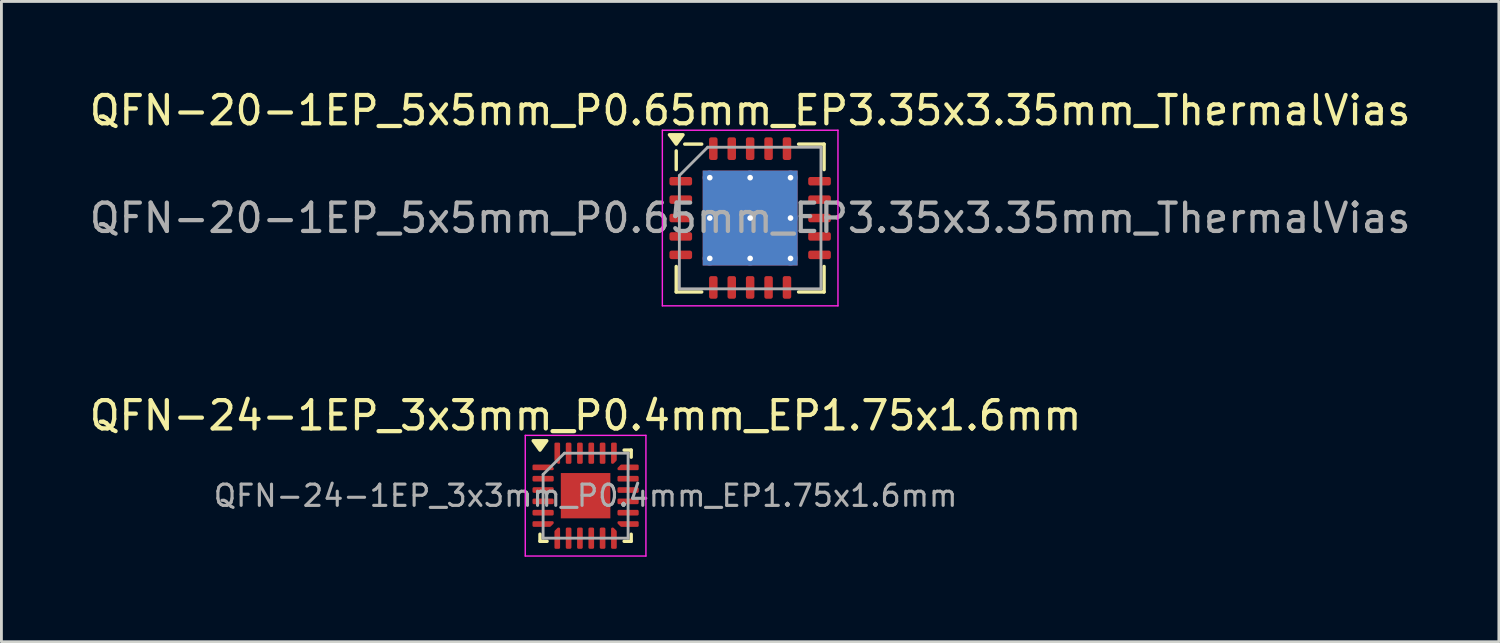
<source format=kicad_pcb>
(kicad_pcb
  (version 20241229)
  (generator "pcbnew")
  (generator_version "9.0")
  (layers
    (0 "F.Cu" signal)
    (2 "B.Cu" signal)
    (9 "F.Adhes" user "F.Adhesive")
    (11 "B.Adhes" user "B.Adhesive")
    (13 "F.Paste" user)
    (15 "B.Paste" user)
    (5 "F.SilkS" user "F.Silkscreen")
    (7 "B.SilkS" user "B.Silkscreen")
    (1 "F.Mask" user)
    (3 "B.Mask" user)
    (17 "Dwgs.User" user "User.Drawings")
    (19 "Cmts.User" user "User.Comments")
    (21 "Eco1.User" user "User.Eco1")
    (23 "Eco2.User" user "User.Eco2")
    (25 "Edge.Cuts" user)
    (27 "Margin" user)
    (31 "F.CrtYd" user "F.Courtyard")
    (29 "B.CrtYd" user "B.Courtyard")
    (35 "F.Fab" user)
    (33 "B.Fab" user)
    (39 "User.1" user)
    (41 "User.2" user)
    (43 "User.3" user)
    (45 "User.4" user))
  (footprint "QFN-24-1EP_3x3mm_P0.4mm_EP1.75x1.6mm"
    (layer "F.Cu")
    (at 17.625 14.451)
    (property "Reference" "QFN-24-1EP_3x3mm_P0.4mm_EP1.75x1.6mm" (at 0 -2.83 0) (layer "F.SilkS") (effects (font (size 1 1) (thickness 0.15))))
    (attr smd)
    (fp_line (start -1.61 1.61) (end -1.61 1.36) (stroke (width 0.12) (type solid)) (layer "F.SilkS"))
    (fp_line (start -1.36 1.61) (end -1.61 1.61) (stroke (width 0.12) (type solid)) (layer "F.SilkS"))
    (fp_line (start 1.36 -1.61) (end 1.61 -1.61) (stroke (width 0.12) (type solid)) (layer "F.SilkS"))
    (fp_line (start 1.36 1.61) (end 1.61 1.61) (stroke (width 0.12) (type solid)) (layer "F.SilkS"))
    (fp_line (start 1.61 -1.61) (end 1.61 -1.36) (stroke (width 0.12) (type solid)) (layer "F.SilkS"))
    (fp_line (start 1.61 1.61) (end 1.61 1.36) (stroke (width 0.12) (type solid)) (layer "F.SilkS"))
    (fp_poly (pts (xy -1.61 -1.61) (xy -1.85 -1.94) (xy -1.37 -1.94) (xy -1.61 -1.61)) (stroke (width 0.12) (type solid)) (fill yes) (layer "F.SilkS"))
    (fp_line (start -2.13 -2.13) (end -2.13 2.13) (stroke (width 0.05) (type solid)) (layer "F.CrtYd"))
    (fp_line (start -2.13 2.13) (end 2.13 2.13) (stroke (width 0.05) (type solid)) (layer "F.CrtYd"))
    (fp_line (start 2.13 -2.13) (end -2.13 -2.13) (stroke (width 0.05) (type solid)) (layer "F.CrtYd"))
    (fp_line (start 2.13 2.13) (end 2.13 -2.13) (stroke (width 0.05) (type solid)) (layer "F.CrtYd"))
    (fp_line (start -1.5 -0.75) (end -0.75 -1.5) (stroke (width 0.1) (type solid)) (layer "F.Fab"))
    (fp_line (start -1.5 1.5) (end -1.5 -0.75) (stroke (width 0.1) (type solid)) (layer "F.Fab"))
    (fp_line (start -0.75 -1.5) (end 1.5 -1.5) (stroke (width 0.1) (type solid)) (layer "F.Fab"))
    (fp_line (start 1.5 -1.5) (end 1.5 1.5) (stroke (width 0.1) (type solid)) (layer "F.Fab"))
    (fp_line (start 1.5 1.5) (end -1.5 1.5) (stroke (width 0.1) (type solid)) (layer "F.Fab"))
    (fp_text user "${REFERENCE}" (at 0 0 0) (layer "F.Fab") (effects (font (size 0.75 0.75) (thickness 0.11))))
    (pad "" smd roundrect (at -0.44 -0.4) (size 0.71 0.64) (layers "F.Paste") (roundrect_rratio 0.25))
    (pad "" smd roundrect (at -0.44 0.4) (size 0.71 0.64) (layers "F.Paste") (roundrect_rratio 0.25))
    (pad "" smd roundrect (at 0.44 -0.4) (size 0.71 0.64) (layers "F.Paste") (roundrect_rratio 0.25))
    (pad "" smd roundrect (at 0.44 0.4) (size 0.71 0.64) (layers "F.Paste") (roundrect_rratio 0.25))
    (pad "1" smd custom (at -1.5 -1) (size 0.115 0.115) (layers "F.Cu" "F.Mask" "F.Paste") (options (anchor circle)) (primitives (gr_poly (pts (xy -0.335 -0.06) (xy 0.238 -0.06) (xy 0.335 0.037) (xy 0.335 0.06) (xy -0.335 0.06)) (width 0.08) (fill yes))))
    (pad "2" smd roundrect (at -1.5 -0.6) (size 0.75 0.2) (layers "F.Cu" "F.Mask" "F.Paste") (roundrect_rratio 0.25))
    (pad "3" smd roundrect (at -1.5 -0.2) (size 0.75 0.2) (layers "F.Cu" "F.Mask" "F.Paste") (roundrect_rratio 0.25))
    (pad "4" smd roundrect (at -1.5 0.2) (size 0.75 0.2) (layers "F.Cu" "F.Mask" "F.Paste") (roundrect_rratio 0.25))
    (pad "5" smd roundrect (at -1.5 0.6) (size 0.75 0.2) (layers "F.Cu" "F.Mask" "F.Paste") (roundrect_rratio 0.25))
    (pad "6" smd custom (at -1.5 1) (size 0.115 0.115) (layers "F.Cu" "F.Mask" "F.Paste") (options (anchor circle)) (primitives (gr_poly (pts (xy -0.335 -0.06) (xy 0.335 -0.06) (xy 0.335 -0.037) (xy 0.238 0.06) (xy -0.335 0.06)) (width 0.08) (fill yes))))
    (pad "7" smd custom (at -1 1.5) (size 0.115 0.115) (layers "F.Cu" "F.Mask" "F.Paste") (options (anchor circle)) (primitives (gr_poly (pts (xy -0.06 -0.238) (xy 0.037 -0.335) (xy 0.06 -0.335) (xy 0.06 0.335) (xy -0.06 0.335)) (width 0.08) (fill yes))))
    (pad "8" smd roundrect (at -0.6 1.5) (size 0.2 0.75) (layers "F.Cu" "F.Mask" "F.Paste") (roundrect_rratio 0.25))
    (pad "9" smd roundrect (at -0.2 1.5) (size 0.2 0.75) (layers "F.Cu" "F.Mask" "F.Paste") (roundrect_rratio 0.25))
    (pad "10" smd roundrect (at 0.2 1.5) (size 0.2 0.75) (layers "F.Cu" "F.Mask" "F.Paste") (roundrect_rratio 0.25))
    (pad "11" smd roundrect (at 0.6 1.5) (size 0.2 0.75) (layers "F.Cu" "F.Mask" "F.Paste") (roundrect_rratio 0.25))
    (pad "12" smd custom (at 1 1.5) (size 0.115 0.115) (layers "F.Cu" "F.Mask" "F.Paste") (options (anchor circle)) (primitives (gr_poly (pts (xy -0.06 -0.335) (xy -0.037 -0.335) (xy 0.06 -0.238) (xy 0.06 0.335) (xy -0.06 0.335)) (width 0.08) (fill yes))))
    (pad "13" smd custom (at 1.5 1) (size 0.115 0.115) (layers "F.Cu" "F.Mask" "F.Paste") (options (anchor circle)) (primitives (gr_poly (pts (xy -0.335 -0.06) (xy 0.335 -0.06) (xy 0.335 0.06) (xy -0.238 0.06) (xy -0.335 -0.037)) (width 0.08) (fill yes))))
    (pad "14" smd roundrect (at 1.5 0.6) (size 0.75 0.2) (layers "F.Cu" "F.Mask" "F.Paste") (roundrect_rratio 0.25))
    (pad "15" smd roundrect (at 1.5 0.2) (size 0.75 0.2) (layers "F.Cu" "F.Mask" "F.Paste") (roundrect_rratio 0.25))
    (pad "16" smd roundrect (at 1.5 -0.2) (size 0.75 0.2) (layers "F.Cu" "F.Mask" "F.Paste") (roundrect_rratio 0.25))
    (pad "17" smd roundrect (at 1.5 -0.6) (size 0.75 0.2) (layers "F.Cu" "F.Mask" "F.Paste") (roundrect_rratio 0.25))
    (pad "18" smd custom (at 1.5 -1) (size 0.115 0.115) (layers "F.Cu" "F.Mask" "F.Paste") (options (anchor circle)) (primitives (gr_poly (pts (xy -0.335 0.037) (xy -0.238 -0.06) (xy 0.335 -0.06) (xy 0.335 0.06) (xy -0.335 0.06)) (width 0.08) (fill yes))))
    (pad "19" smd custom (at 1 -1.5) (size 0.115 0.115) (layers "F.Cu" "F.Mask" "F.Paste") (options (anchor circle)) (primitives (gr_poly (pts (xy -0.06 -0.335) (xy 0.06 -0.335) (xy 0.06 0.238) (xy -0.037 0.335) (xy -0.06 0.335)) (width 0.08) (fill yes))))
    (pad "20" smd roundrect (at 0.6 -1.5) (size 0.2 0.75) (layers "F.Cu" "F.Mask" "F.Paste") (roundrect_rratio 0.25))
    (pad "21" smd roundrect (at 0.2 -1.5) (size 0.2 0.75) (layers "F.Cu" "F.Mask" "F.Paste") (roundrect_rratio 0.25))
    (pad "22" smd roundrect (at -0.2 -1.5) (size 0.2 0.75) (layers "F.Cu" "F.Mask" "F.Paste") (roundrect_rratio 0.25))
    (pad "23" smd roundrect (at -0.6 -1.5) (size 0.2 0.75) (layers "F.Cu" "F.Mask" "F.Paste") (roundrect_rratio 0.25))
    (pad "24" smd custom (at -1 -1.5) (size 0.115 0.115) (layers "F.Cu" "F.Mask" "F.Paste") (options (anchor circle)) (primitives (gr_poly (pts (xy -0.06 -0.335) (xy 0.06 -0.335) (xy 0.06 0.335) (xy 0.037 0.335) (xy -0.06 0.238)) (width 0.08) (fill yes))))
    (pad "25" smd rect (at 0 0) (size 1.75 1.6) (property pad_prop_heatsink) (layers "F.Cu" "F.Mask")))
  (footprint "QFN-20-1EP_5x5mm_P0.65mm_EP3.35x3.35mm_ThermalVias"
    (layer "F.Cu")
    (at 23.435 4.648)
    (property "Reference" "QFN-20-1EP_5x5mm_P0.65mm_EP3.35x3.35mm_ThermalVias" (at 0 -3.8 0) (layer "F.SilkS") (effects (font (size 1 1) (thickness 0.15))))
    (attr smd)
    (fp_line (start -2.61 -1.71) (end -2.61 -2.37) (stroke (width 0.12) (type solid)) (layer "F.SilkS"))
    (fp_line (start -2.61 2.61) (end -2.61 1.71) (stroke (width 0.12) (type solid)) (layer "F.SilkS"))
    (fp_line (start -1.71 -2.61) (end -2.31 -2.61) (stroke (width 0.12) (type solid)) (layer "F.SilkS"))
    (fp_line (start -1.71 2.61) (end -2.61 2.61) (stroke (width 0.12) (type solid)) (layer "F.SilkS"))
    (fp_line (start 1.71 -2.61) (end 2.61 -2.61) (stroke (width 0.12) (type solid)) (layer "F.SilkS"))
    (fp_line (start 1.71 2.61) (end 2.61 2.61) (stroke (width 0.12) (type solid)) (layer "F.SilkS"))
    (fp_line (start 2.61 -2.61) (end 2.61 -1.71) (stroke (width 0.12) (type solid)) (layer "F.SilkS"))
    (fp_line (start 2.61 2.61) (end 2.61 1.71) (stroke (width 0.12) (type solid)) (layer "F.SilkS"))
    (fp_poly (pts (xy -2.61 -2.61) (xy -2.85 -2.94) (xy -2.37 -2.94) (xy -2.61 -2.61)) (stroke (width 0.12) (type solid)) (fill yes) (layer "F.SilkS"))
    (fp_line (start -3.1 -3.1) (end -3.1 3.1) (stroke (width 0.05) (type solid)) (layer "F.CrtYd"))
    (fp_line (start -3.1 3.1) (end 3.1 3.1) (stroke (width 0.05) (type solid)) (layer "F.CrtYd"))
    (fp_line (start 3.1 -3.1) (end -3.1 -3.1) (stroke (width 0.05) (type solid)) (layer "F.CrtYd"))
    (fp_line (start 3.1 3.1) (end 3.1 -3.1) (stroke (width 0.05) (type solid)) (layer "F.CrtYd"))
    (fp_line (start -2.5 -1.5) (end -1.5 -2.5) (stroke (width 0.1) (type solid)) (layer "F.Fab"))
    (fp_line (start -2.5 2.5) (end -2.5 -1.5) (stroke (width 0.1) (type solid)) (layer "F.Fab"))
    (fp_line (start -1.5 -2.5) (end 2.5 -2.5) (stroke (width 0.1) (type solid)) (layer "F.Fab"))
    (fp_line (start 2.5 -2.5) (end 2.5 2.5) (stroke (width 0.1) (type solid)) (layer "F.Fab"))
    (fp_line (start 2.5 2.5) (end -2.5 2.5) (stroke (width 0.1) (type solid)) (layer "F.Fab"))
    (fp_text user "${REFERENCE}" (at 0 0 0) (layer "F.Fab") (effects (font (size 1 1) (thickness 0.15))))
    (pad "" smd roundrect (at -0.84 -0.84) (size 1.45 1.45) (layers "F.Paste") (roundrect_rratio 0.172))
    (pad "" smd roundrect (at -0.84 0.84) (size 1.45 1.45) (layers "F.Paste") (roundrect_rratio 0.172))
    (pad "" smd roundrect (at 0.84 -0.84) (size 1.45 1.45) (layers "F.Paste") (roundrect_rratio 0.172))
    (pad "" smd roundrect (at 0.84 0.84) (size 1.45 1.45) (layers "F.Paste") (roundrect_rratio 0.172))
    (pad "1" smd roundrect (at -2.45 -1.3) (size 0.8 0.3) (layers "F.Cu" "F.Mask" "F.Paste") (roundrect_rratio 0.25))
    (pad "2" smd roundrect (at -2.45 -0.65) (size 0.8 0.3) (layers "F.Cu" "F.Mask" "F.Paste") (roundrect_rratio 0.25))
    (pad "3" smd roundrect (at -2.45 0) (size 0.8 0.3) (layers "F.Cu" "F.Mask" "F.Paste") (roundrect_rratio 0.25))
    (pad "4" smd roundrect (at -2.45 0.65) (size 0.8 0.3) (layers "F.Cu" "F.Mask" "F.Paste") (roundrect_rratio 0.25))
    (pad "5" smd roundrect (at -2.45 1.3) (size 0.8 0.3) (layers "F.Cu" "F.Mask" "F.Paste") (roundrect_rratio 0.25))
    (pad "6" smd roundrect (at -1.3 2.45) (size 0.3 0.8) (layers "F.Cu" "F.Mask" "F.Paste") (roundrect_rratio 0.25))
    (pad "7" smd roundrect (at -0.65 2.45) (size 0.3 0.8) (layers "F.Cu" "F.Mask" "F.Paste") (roundrect_rratio 0.25))
    (pad "8" smd roundrect (at 0 2.45) (size 0.3 0.8) (layers "F.Cu" "F.Mask" "F.Paste") (roundrect_rratio 0.25))
    (pad "9" smd roundrect (at 0.65 2.45) (size 0.3 0.8) (layers "F.Cu" "F.Mask" "F.Paste") (roundrect_rratio 0.25))
    (pad "10" smd roundrect (at 1.3 2.45) (size 0.3 0.8) (layers "F.Cu" "F.Mask" "F.Paste") (roundrect_rratio 0.25))
    (pad "11" smd roundrect (at 2.45 1.3) (size 0.8 0.3) (layers "F.Cu" "F.Mask" "F.Paste") (roundrect_rratio 0.25))
    (pad "12" smd roundrect (at 2.45 0.65) (size 0.8 0.3) (layers "F.Cu" "F.Mask" "F.Paste") (roundrect_rratio 0.25))
    (pad "13" smd roundrect (at 2.45 0) (size 0.8 0.3) (layers "F.Cu" "F.Mask" "F.Paste") (roundrect_rratio 0.25))
    (pad "14" smd roundrect (at 2.45 -0.65) (size 0.8 0.3) (layers "F.Cu" "F.Mask" "F.Paste") (roundrect_rratio 0.25))
    (pad "15" smd roundrect (at 2.45 -1.3) (size 0.8 0.3) (layers "F.Cu" "F.Mask" "F.Paste") (roundrect_rratio 0.25))
    (pad "16" smd roundrect (at 1.3 -2.45) (size 0.3 0.8) (layers "F.Cu" "F.Mask" "F.Paste") (roundrect_rratio 0.25))
    (pad "17" smd roundrect (at 0.65 -2.45) (size 0.3 0.8) (layers "F.Cu" "F.Mask" "F.Paste") (roundrect_rratio 0.25))
    (pad "18" smd roundrect (at 0 -2.45) (size 0.3 0.8) (layers "F.Cu" "F.Mask" "F.Paste") (roundrect_rratio 0.25))
    (pad "19" smd roundrect (at -0.65 -2.45) (size 0.3 0.8) (layers "F.Cu" "F.Mask" "F.Paste") (roundrect_rratio 0.25))
    (pad "20" smd roundrect (at -1.3 -2.45) (size 0.3 0.8) (layers "F.Cu" "F.Mask" "F.Paste") (roundrect_rratio 0.25))
    (pad "21" thru_hole circle (at -1.425 -1.425) (size 0.5 0.5) (drill 0.2) (property pad_prop_heatsink) (layers "*.Cu"))
    (pad "21" thru_hole circle (at -1.425 0) (size 0.5 0.5) (drill 0.2) (property pad_prop_heatsink) (layers "*.Cu"))
    (pad "21" thru_hole circle (at -1.425 1.425) (size 0.5 0.5) (drill 0.2) (property pad_prop_heatsink) (layers "*.Cu"))
    (pad "21" thru_hole circle (at 0 -1.425) (size 0.5 0.5) (drill 0.2) (property pad_prop_heatsink) (layers "*.Cu"))
    (pad "21" thru_hole circle (at 0 0) (size 0.5 0.5) (drill 0.2) (property pad_prop_heatsink) (layers "*.Cu"))
    (pad "21" smd rect (at 0 0) (size 3.35 3.35) (property pad_prop_heatsink) (layers "F.Cu" "F.Mask"))
    (pad "21" smd rect (at 0 0) (size 3.35 3.35) (property pad_prop_heatsink) (layers "B.Cu"))
    (pad "21" thru_hole circle (at 0 1.425) (size 0.5 0.5) (drill 0.2) (property pad_prop_heatsink) (layers "*.Cu"))
    (pad "21" thru_hole circle (at 1.425 -1.425) (size 0.5 0.5) (drill 0.2) (property pad_prop_heatsink) (layers "*.Cu"))
    (pad "21" thru_hole circle (at 1.425 0) (size 0.5 0.5) (drill 0.2) (property pad_prop_heatsink) (layers "*.Cu"))
    (pad "21" thru_hole circle (at 1.425 1.425) (size 0.5 0.5) (drill 0.2) (property pad_prop_heatsink) (layers "*.Cu")))
  (gr_rect
    (start -3 -3)
    (end 49.869 19.607)
    (stroke (width 0.1) (type default))
    (fill no)
    (layer "Edge.Cuts")))
</source>
